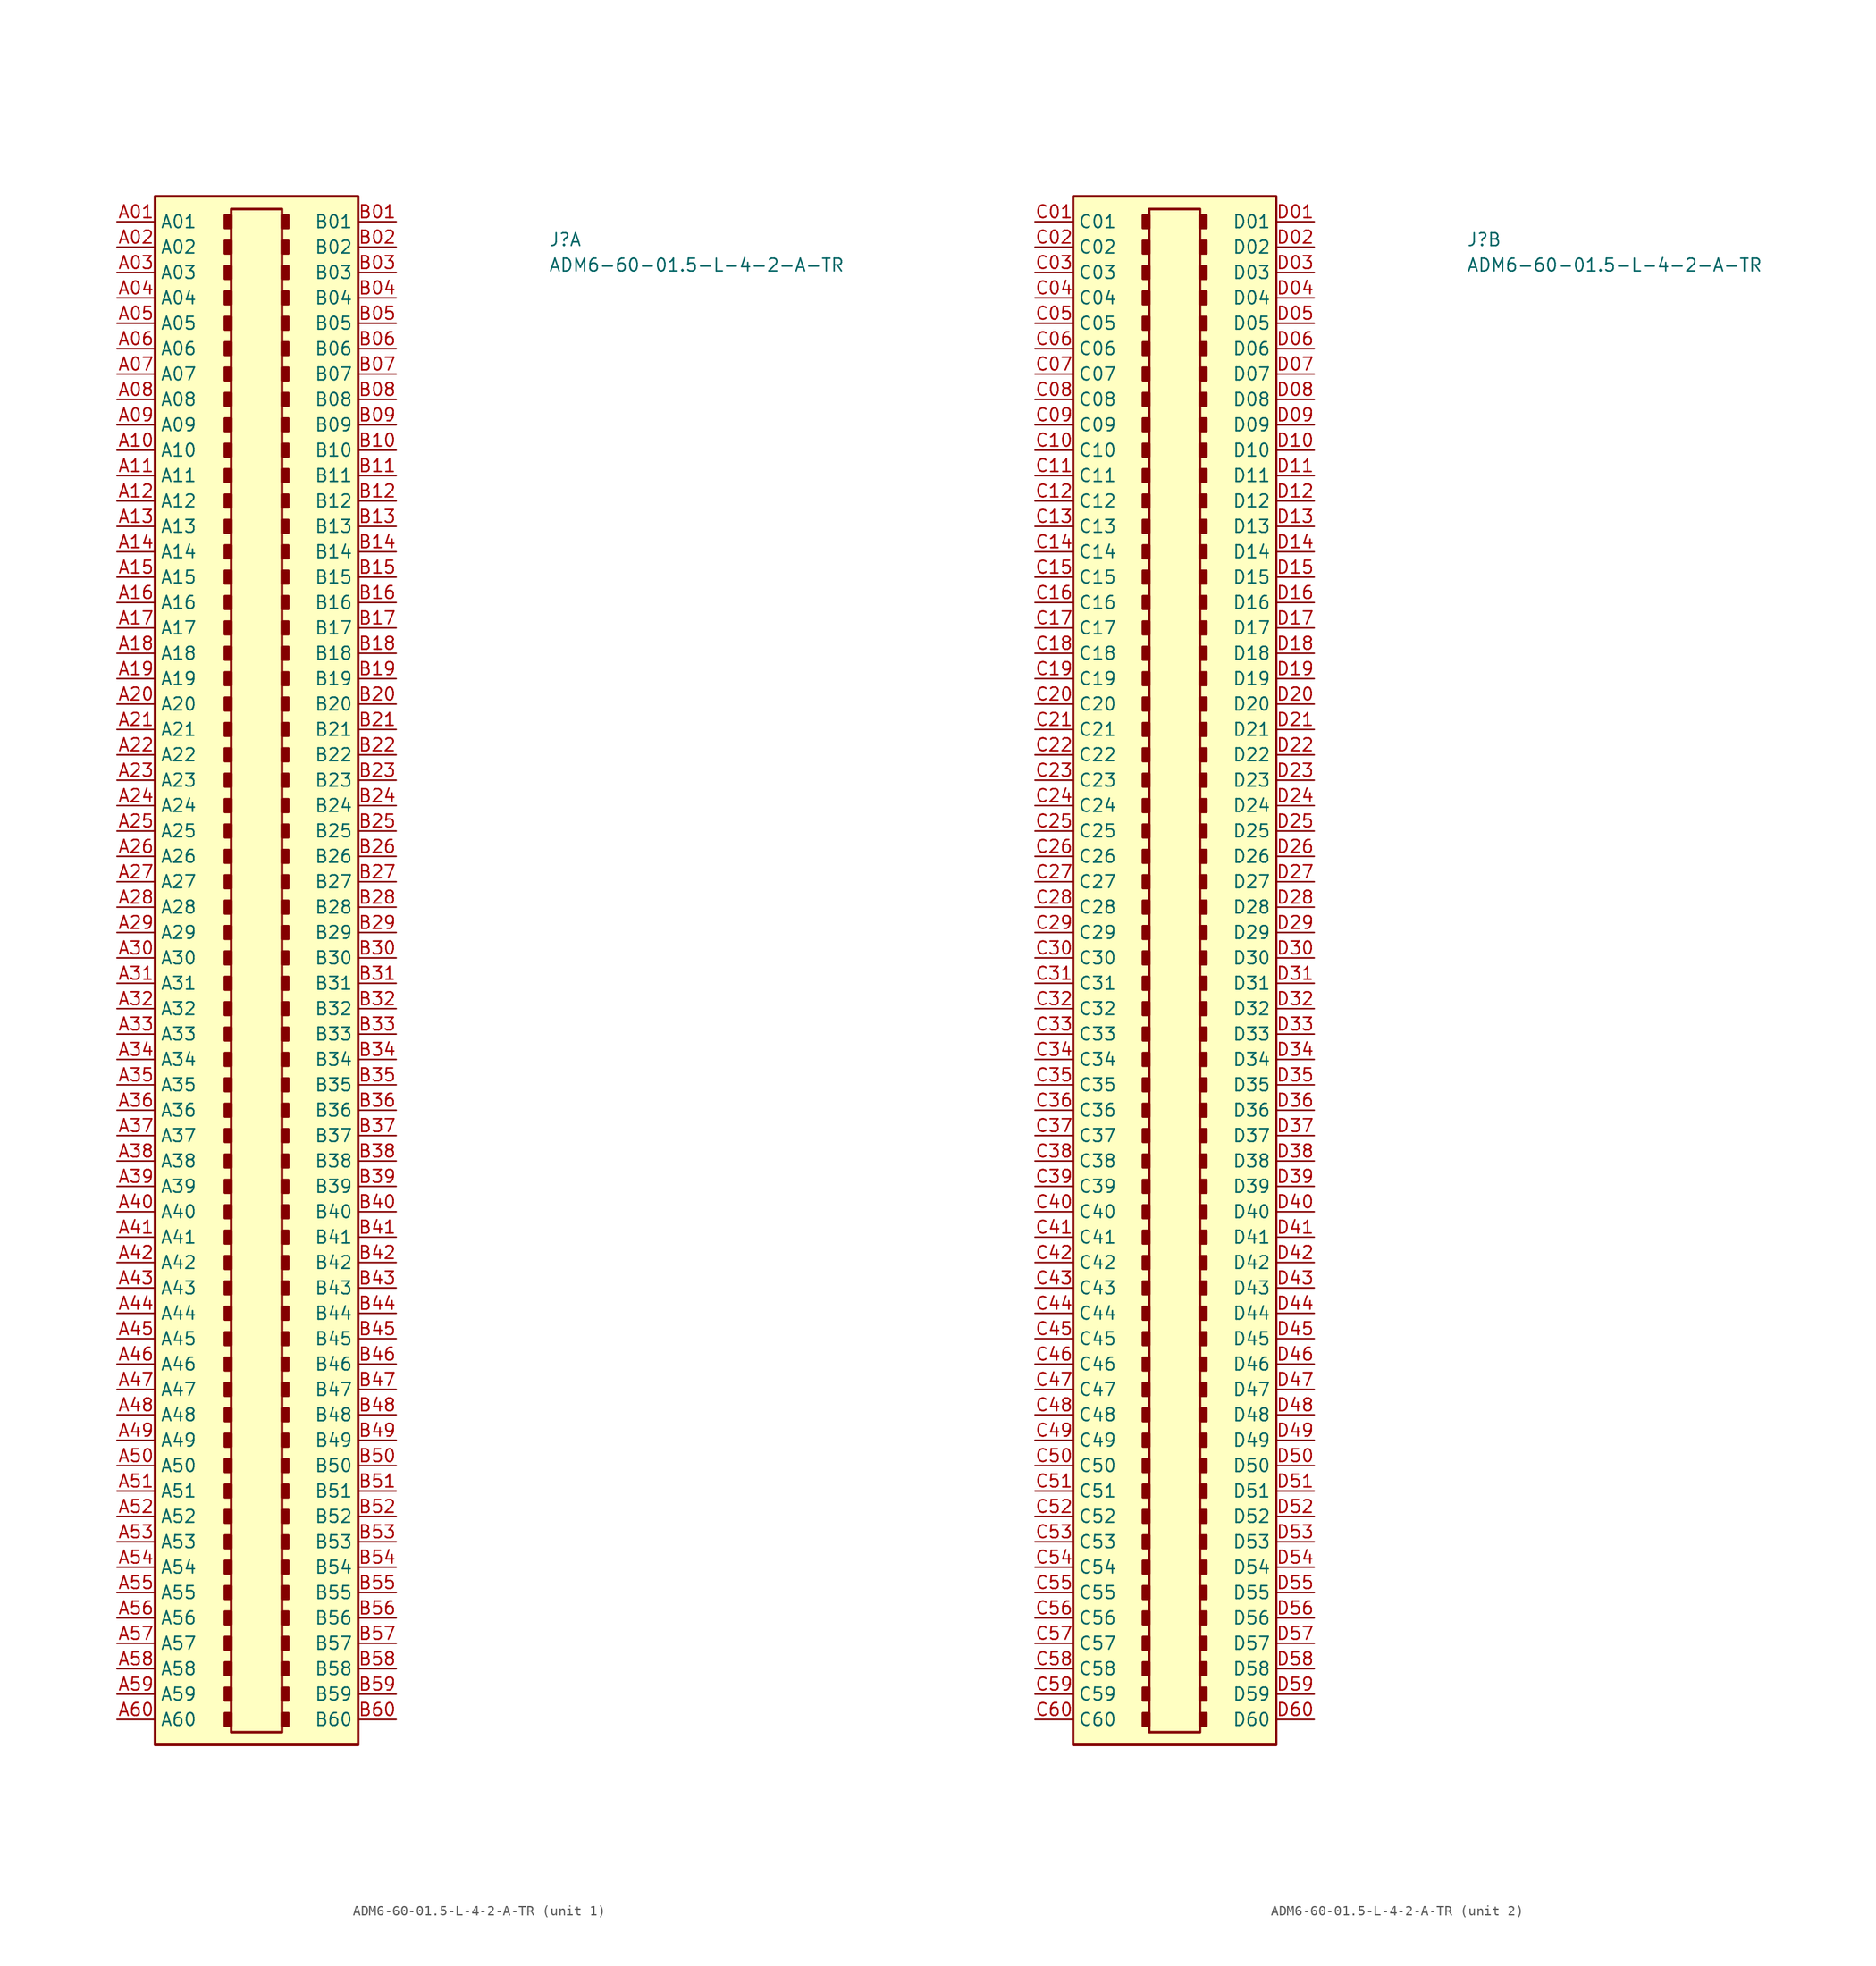
<source format=kicad_sym>
(kicad_symbol_lib
  (version 20211014)
  (generator kicad_symbol_editor)
  (symbol "ADM6-60-01.5-L-4-2-A-TR"
    (property "Reference" "J"
      (at 43.18 -2.54 0)
      (effects (font (size 1.27 1.27) (thickness 0.15)) (justify left bottom)))
    (property "Value" "ADM6-60-01.5-L-4-2-A-TR"
      (at 43.18 -5.08 0)
      (effects (font (size 1.27 1.27) (thickness 0.15)) (justify left bottom)))
    (property "ki_locked" ""
      (at 0 0 0)
      (effects (font (size 1.27 1.27))))
    (symbol "ADM6-60-01.5-L-4-2-A-TR_1_1"
      (rectangle (start 3.81 -152.4) (end 24.13 2.54) (stroke (width 0.254) (type default) (color 0 0 0 0)) (fill (type background)))
      (rectangle (start 11.43 -149.225) (end 10.795 -150.495) (stroke (width 0.254) (type default) (color 0 0 0 0)) (fill (type outline)))
      (rectangle (start 11.43 -146.685) (end 10.795 -147.955) (stroke (width 0.254) (type default) (color 0 0 0 0)) (fill (type outline)))
      (rectangle (start 11.43 -144.145) (end 10.795 -145.415) (stroke (width 0.254) (type default) (color 0 0 0 0)) (fill (type outline)))
      (rectangle (start 11.43 -141.605) (end 10.795 -142.875) (stroke (width 0.254) (type default) (color 0 0 0 0)) (fill (type outline)))
      (rectangle (start 11.43 -139.065) (end 10.795 -140.335) (stroke (width 0.254) (type default) (color 0 0 0 0)) (fill (type outline)))
      (rectangle (start 11.43 -136.525) (end 10.795 -137.795) (stroke (width 0.254) (type default) (color 0 0 0 0)) (fill (type outline)))
      (rectangle (start 11.43 -133.985) (end 10.795 -135.255) (stroke (width 0.254) (type default) (color 0 0 0 0)) (fill (type outline)))
      (rectangle (start 11.43 -131.445) (end 10.795 -132.715) (stroke (width 0.254) (type default) (color 0 0 0 0)) (fill (type outline)))
      (rectangle (start 11.43 -128.905) (end 10.795 -130.175) (stroke (width 0.254) (type default) (color 0 0 0 0)) (fill (type outline)))
      (rectangle (start 11.43 -126.365) (end 10.795 -127.635) (stroke (width 0.254) (type default) (color 0 0 0 0)) (fill (type outline)))
      (rectangle (start 11.43 -123.825) (end 10.795 -125.095) (stroke (width 0.254) (type default) (color 0 0 0 0)) (fill (type outline)))
      (rectangle (start 11.43 -121.285) (end 10.795 -122.555) (stroke (width 0.254) (type default) (color 0 0 0 0)) (fill (type outline)))
      (rectangle (start 11.43 -118.745) (end 10.795 -120.015) (stroke (width 0.254) (type default) (color 0 0 0 0)) (fill (type outline)))
      (rectangle (start 11.43 -116.205) (end 10.795 -117.475) (stroke (width 0.254) (type default) (color 0 0 0 0)) (fill (type outline)))
      (rectangle (start 11.43 -113.665) (end 10.795 -114.935) (stroke (width 0.254) (type default) (color 0 0 0 0)) (fill (type outline)))
      (rectangle (start 11.43 -111.125) (end 10.795 -112.395) (stroke (width 0.254) (type default) (color 0 0 0 0)) (fill (type outline)))
      (rectangle (start 11.43 -108.585) (end 10.795 -109.855) (stroke (width 0.254) (type default) (color 0 0 0 0)) (fill (type outline)))
      (rectangle (start 11.43 -106.045) (end 10.795 -107.315) (stroke (width 0.254) (type default) (color 0 0 0 0)) (fill (type outline)))
      (rectangle (start 11.43 -103.505) (end 10.795 -104.775) (stroke (width 0.254) (type default) (color 0 0 0 0)) (fill (type outline)))
      (rectangle (start 11.43 -100.965) (end 10.795 -102.235) (stroke (width 0.254) (type default) (color 0 0 0 0)) (fill (type outline)))
      (rectangle (start 11.43 -98.425) (end 10.795 -99.695) (stroke (width 0.254) (type default) (color 0 0 0 0)) (fill (type outline)))
      (rectangle (start 11.43 -95.885) (end 10.795 -97.155) (stroke (width 0.254) (type default) (color 0 0 0 0)) (fill (type outline)))
      (rectangle (start 11.43 -93.345) (end 10.795 -94.615) (stroke (width 0.254) (type default) (color 0 0 0 0)) (fill (type outline)))
      (rectangle (start 11.43 -90.805) (end 10.795 -92.075) (stroke (width 0.254) (type default) (color 0 0 0 0)) (fill (type outline)))
      (rectangle (start 11.43 -88.265) (end 10.795 -89.535) (stroke (width 0.254) (type default) (color 0 0 0 0)) (fill (type outline)))
      (rectangle (start 11.43 -85.725) (end 10.795 -86.995) (stroke (width 0.254) (type default) (color 0 0 0 0)) (fill (type outline)))
      (rectangle (start 11.43 -83.185) (end 10.795 -84.455) (stroke (width 0.254) (type default) (color 0 0 0 0)) (fill (type outline)))
      (rectangle (start 11.43 -80.645) (end 10.795 -81.915) (stroke (width 0.254) (type default) (color 0 0 0 0)) (fill (type outline)))
      (rectangle (start 11.43 -78.105) (end 10.795 -79.375) (stroke (width 0.254) (type default) (color 0 0 0 0)) (fill (type outline)))
      (rectangle (start 11.43 -75.565) (end 10.795 -76.835) (stroke (width 0.254) (type default) (color 0 0 0 0)) (fill (type outline)))
      (rectangle (start 11.43 -73.025) (end 10.795 -74.295) (stroke (width 0.254) (type default) (color 0 0 0 0)) (fill (type outline)))
      (rectangle (start 11.43 -70.485) (end 10.795 -71.755) (stroke (width 0.254) (type default) (color 0 0 0 0)) (fill (type outline)))
      (rectangle (start 11.43 -67.945) (end 10.795 -69.215) (stroke (width 0.254) (type default) (color 0 0 0 0)) (fill (type outline)))
      (rectangle (start 11.43 -65.405) (end 10.795 -66.675) (stroke (width 0.254) (type default) (color 0 0 0 0)) (fill (type outline)))
      (rectangle (start 11.43 -62.865) (end 10.795 -64.135) (stroke (width 0.254) (type default) (color 0 0 0 0)) (fill (type outline)))
      (rectangle (start 11.43 -60.325) (end 10.795 -61.595) (stroke (width 0.254) (type default) (color 0 0 0 0)) (fill (type outline)))
      (rectangle (start 11.43 -57.785) (end 10.795 -59.055) (stroke (width 0.254) (type default) (color 0 0 0 0)) (fill (type outline)))
      (rectangle (start 11.43 -55.245) (end 10.795 -56.515) (stroke (width 0.254) (type default) (color 0 0 0 0)) (fill (type outline)))
      (rectangle (start 11.43 -52.705) (end 10.795 -53.975) (stroke (width 0.254) (type default) (color 0 0 0 0)) (fill (type outline)))
      (rectangle (start 11.43 -50.165) (end 10.795 -51.435) (stroke (width 0.254) (type default) (color 0 0 0 0)) (fill (type outline)))
      (rectangle (start 11.43 -47.625) (end 10.795 -48.895) (stroke (width 0.254) (type default) (color 0 0 0 0)) (fill (type outline)))
      (rectangle (start 11.43 -45.085) (end 10.795 -46.355) (stroke (width 0.254) (type default) (color 0 0 0 0)) (fill (type outline)))
      (rectangle (start 11.43 -42.545) (end 10.795 -43.815) (stroke (width 0.254) (type default) (color 0 0 0 0)) (fill (type outline)))
      (rectangle (start 11.43 -40.005) (end 10.795 -41.275) (stroke (width 0.254) (type default) (color 0 0 0 0)) (fill (type outline)))
      (rectangle (start 11.43 -37.465) (end 10.795 -38.735) (stroke (width 0.254) (type default) (color 0 0 0 0)) (fill (type outline)))
      (rectangle (start 11.43 -34.925) (end 10.795 -36.195) (stroke (width 0.254) (type default) (color 0 0 0 0)) (fill (type outline)))
      (rectangle (start 11.43 -32.385) (end 10.795 -33.655) (stroke (width 0.254) (type default) (color 0 0 0 0)) (fill (type outline)))
      (rectangle (start 11.43 -29.845) (end 10.795 -31.115) (stroke (width 0.254) (type default) (color 0 0 0 0)) (fill (type outline)))
      (rectangle (start 11.43 -27.305) (end 10.795 -28.575) (stroke (width 0.254) (type default) (color 0 0 0 0)) (fill (type outline)))
      (rectangle (start 11.43 -24.765) (end 10.795 -26.035) (stroke (width 0.254) (type default) (color 0 0 0 0)) (fill (type outline)))
      (rectangle (start 11.43 -22.225) (end 10.795 -23.495) (stroke (width 0.254) (type default) (color 0 0 0 0)) (fill (type outline)))
      (rectangle (start 11.43 -19.685) (end 10.795 -20.955) (stroke (width 0.254) (type default) (color 0 0 0 0)) (fill (type outline)))
      (rectangle (start 11.43 -17.145) (end 10.795 -18.415) (stroke (width 0.254) (type default) (color 0 0 0 0)) (fill (type outline)))
      (rectangle (start 11.43 -14.605) (end 10.795 -15.875) (stroke (width 0.254) (type default) (color 0 0 0 0)) (fill (type outline)))
      (rectangle (start 11.43 -12.065) (end 10.795 -13.335) (stroke (width 0.254) (type default) (color 0 0 0 0)) (fill (type outline)))
      (rectangle (start 11.43 -9.525) (end 10.795 -10.795) (stroke (width 0.254) (type default) (color 0 0 0 0)) (fill (type outline)))
      (rectangle (start 11.43 -6.985) (end 10.795 -8.255) (stroke (width 0.254) (type default) (color 0 0 0 0)) (fill (type outline)))
      (rectangle (start 11.43 -4.445) (end 10.795 -5.715) (stroke (width 0.254) (type default) (color 0 0 0 0)) (fill (type outline)))
      (rectangle (start 11.43 -1.905) (end 10.795 -3.175) (stroke (width 0.254) (type default) (color 0 0 0 0)) (fill (type outline)))
      (rectangle (start 11.43 0.635) (end 10.795 -0.635) (stroke (width 0.254) (type default) (color 0 0 0 0)) (fill (type outline)))
      (rectangle (start 11.43 1.27) (end 16.51 -151.13) (stroke (width 0.254) (type default) (color 0 0 0 0)) (fill (type background)))
      (rectangle (start 17.145 -149.225) (end 16.51 -150.495) (stroke (width 0.254) (type default) (color 0 0 0 0)) (fill (type outline)))
      (rectangle (start 17.145 -146.685) (end 16.51 -147.955) (stroke (width 0.254) (type default) (color 0 0 0 0)) (fill (type outline)))
      (rectangle (start 17.145 -144.145) (end 16.51 -145.415) (stroke (width 0.254) (type default) (color 0 0 0 0)) (fill (type outline)))
      (rectangle (start 17.145 -141.605) (end 16.51 -142.875) (stroke (width 0.254) (type default) (color 0 0 0 0)) (fill (type outline)))
      (rectangle (start 17.145 -139.065) (end 16.51 -140.335) (stroke (width 0.254) (type default) (color 0 0 0 0)) (fill (type outline)))
      (rectangle (start 17.145 -136.525) (end 16.51 -137.795) (stroke (width 0.254) (type default) (color 0 0 0 0)) (fill (type outline)))
      (rectangle (start 17.145 -133.985) (end 16.51 -135.255) (stroke (width 0.254) (type default) (color 0 0 0 0)) (fill (type outline)))
      (rectangle (start 17.145 -131.445) (end 16.51 -132.715) (stroke (width 0.254) (type default) (color 0 0 0 0)) (fill (type outline)))
      (rectangle (start 17.145 -128.905) (end 16.51 -130.175) (stroke (width 0.254) (type default) (color 0 0 0 0)) (fill (type outline)))
      (rectangle (start 17.145 -126.365) (end 16.51 -127.635) (stroke (width 0.254) (type default) (color 0 0 0 0)) (fill (type outline)))
      (rectangle (start 17.145 -123.825) (end 16.51 -125.095) (stroke (width 0.254) (type default) (color 0 0 0 0)) (fill (type outline)))
      (rectangle (start 17.145 -121.285) (end 16.51 -122.555) (stroke (width 0.254) (type default) (color 0 0 0 0)) (fill (type outline)))
      (rectangle (start 17.145 -118.745) (end 16.51 -120.015) (stroke (width 0.254) (type default) (color 0 0 0 0)) (fill (type outline)))
      (rectangle (start 17.145 -116.205) (end 16.51 -117.475) (stroke (width 0.254) (type default) (color 0 0 0 0)) (fill (type outline)))
      (rectangle (start 17.145 -113.665) (end 16.51 -114.935) (stroke (width 0.254) (type default) (color 0 0 0 0)) (fill (type outline)))
      (rectangle (start 17.145 -111.125) (end 16.51 -112.395) (stroke (width 0.254) (type default) (color 0 0 0 0)) (fill (type outline)))
      (rectangle (start 17.145 -108.585) (end 16.51 -109.855) (stroke (width 0.254) (type default) (color 0 0 0 0)) (fill (type outline)))
      (rectangle (start 17.145 -106.045) (end 16.51 -107.315) (stroke (width 0.254) (type default) (color 0 0 0 0)) (fill (type outline)))
      (rectangle (start 17.145 -103.505) (end 16.51 -104.775) (stroke (width 0.254) (type default) (color 0 0 0 0)) (fill (type outline)))
      (rectangle (start 17.145 -100.965) (end 16.51 -102.235) (stroke (width 0.254) (type default) (color 0 0 0 0)) (fill (type outline)))
      (rectangle (start 17.145 -98.425) (end 16.51 -99.695) (stroke (width 0.254) (type default) (color 0 0 0 0)) (fill (type outline)))
      (rectangle (start 17.145 -95.885) (end 16.51 -97.155) (stroke (width 0.254) (type default) (color 0 0 0 0)) (fill (type outline)))
      (rectangle (start 17.145 -93.345) (end 16.51 -94.615) (stroke (width 0.254) (type default) (color 0 0 0 0)) (fill (type outline)))
      (rectangle (start 17.145 -90.805) (end 16.51 -92.075) (stroke (width 0.254) (type default) (color 0 0 0 0)) (fill (type outline)))
      (rectangle (start 17.145 -88.265) (end 16.51 -89.535) (stroke (width 0.254) (type default) (color 0 0 0 0)) (fill (type outline)))
      (rectangle (start 17.145 -85.725) (end 16.51 -86.995) (stroke (width 0.254) (type default) (color 0 0 0 0)) (fill (type outline)))
      (rectangle (start 17.145 -83.185) (end 16.51 -84.455) (stroke (width 0.254) (type default) (color 0 0 0 0)) (fill (type outline)))
      (rectangle (start 17.145 -80.645) (end 16.51 -81.915) (stroke (width 0.254) (type default) (color 0 0 0 0)) (fill (type outline)))
      (rectangle (start 17.145 -78.105) (end 16.51 -79.375) (stroke (width 0.254) (type default) (color 0 0 0 0)) (fill (type outline)))
      (rectangle (start 17.145 -75.565) (end 16.51 -76.835) (stroke (width 0.254) (type default) (color 0 0 0 0)) (fill (type outline)))
      (rectangle (start 17.145 -73.025) (end 16.51 -74.295) (stroke (width 0.254) (type default) (color 0 0 0 0)) (fill (type outline)))
      (rectangle (start 17.145 -70.485) (end 16.51 -71.755) (stroke (width 0.254) (type default) (color 0 0 0 0)) (fill (type outline)))
      (rectangle (start 17.145 -67.945) (end 16.51 -69.215) (stroke (width 0.254) (type default) (color 0 0 0 0)) (fill (type outline)))
      (rectangle (start 17.145 -65.405) (end 16.51 -66.675) (stroke (width 0.254) (type default) (color 0 0 0 0)) (fill (type outline)))
      (rectangle (start 17.145 -62.865) (end 16.51 -64.135) (stroke (width 0.254) (type default) (color 0 0 0 0)) (fill (type outline)))
      (rectangle (start 17.145 -60.325) (end 16.51 -61.595) (stroke (width 0.254) (type default) (color 0 0 0 0)) (fill (type outline)))
      (rectangle (start 17.145 -57.785) (end 16.51 -59.055) (stroke (width 0.254) (type default) (color 0 0 0 0)) (fill (type outline)))
      (rectangle (start 17.145 -55.245) (end 16.51 -56.515) (stroke (width 0.254) (type default) (color 0 0 0 0)) (fill (type outline)))
      (rectangle (start 17.145 -52.705) (end 16.51 -53.975) (stroke (width 0.254) (type default) (color 0 0 0 0)) (fill (type outline)))
      (rectangle (start 17.145 -50.165) (end 16.51 -51.435) (stroke (width 0.254) (type default) (color 0 0 0 0)) (fill (type outline)))
      (rectangle (start 17.145 -47.625) (end 16.51 -48.895) (stroke (width 0.254) (type default) (color 0 0 0 0)) (fill (type outline)))
      (rectangle (start 17.145 -45.085) (end 16.51 -46.355) (stroke (width 0.254) (type default) (color 0 0 0 0)) (fill (type outline)))
      (rectangle (start 17.145 -42.545) (end 16.51 -43.815) (stroke (width 0.254) (type default) (color 0 0 0 0)) (fill (type outline)))
      (rectangle (start 17.145 -40.005) (end 16.51 -41.275) (stroke (width 0.254) (type default) (color 0 0 0 0)) (fill (type outline)))
      (rectangle (start 17.145 -37.465) (end 16.51 -38.735) (stroke (width 0.254) (type default) (color 0 0 0 0)) (fill (type outline)))
      (rectangle (start 17.145 -34.925) (end 16.51 -36.195) (stroke (width 0.254) (type default) (color 0 0 0 0)) (fill (type outline)))
      (rectangle (start 17.145 -32.385) (end 16.51 -33.655) (stroke (width 0.254) (type default) (color 0 0 0 0)) (fill (type outline)))
      (rectangle (start 17.145 -29.845) (end 16.51 -31.115) (stroke (width 0.254) (type default) (color 0 0 0 0)) (fill (type outline)))
      (rectangle (start 17.145 -27.305) (end 16.51 -28.575) (stroke (width 0.254) (type default) (color 0 0 0 0)) (fill (type outline)))
      (rectangle (start 17.145 -24.765) (end 16.51 -26.035) (stroke (width 0.254) (type default) (color 0 0 0 0)) (fill (type outline)))
      (rectangle (start 17.145 -22.225) (end 16.51 -23.495) (stroke (width 0.254) (type default) (color 0 0 0 0)) (fill (type outline)))
      (rectangle (start 17.145 -19.685) (end 16.51 -20.955) (stroke (width 0.254) (type default) (color 0 0 0 0)) (fill (type outline)))
      (rectangle (start 17.145 -17.145) (end 16.51 -18.415) (stroke (width 0.254) (type default) (color 0 0 0 0)) (fill (type outline)))
      (rectangle (start 17.145 -14.605) (end 16.51 -15.875) (stroke (width 0.254) (type default) (color 0 0 0 0)) (fill (type outline)))
      (rectangle (start 17.145 -12.065) (end 16.51 -13.335) (stroke (width 0.254) (type default) (color 0 0 0 0)) (fill (type outline)))
      (rectangle (start 17.145 -9.525) (end 16.51 -10.795) (stroke (width 0.254) (type default) (color 0 0 0 0)) (fill (type outline)))
      (rectangle (start 17.145 -6.985) (end 16.51 -8.255) (stroke (width 0.254) (type default) (color 0 0 0 0)) (fill (type outline)))
      (rectangle (start 17.145 -4.445) (end 16.51 -5.715) (stroke (width 0.254) (type default) (color 0 0 0 0)) (fill (type outline)))
      (rectangle (start 17.145 -1.905) (end 16.51 -3.175) (stroke (width 0.254) (type default) (color 0 0 0 0)) (fill (type outline)))
      (rectangle (start 17.145 0.635) (end 16.51 -0.635) (stroke (width 0.254) (type default) (color 0 0 0 0)) (fill (type outline)))
      (pin passive line (at 0 0 0) (length 3.81) (name "A01" (effects (font (size 1.27 1.27)))) (number "A01" (effects (font (size 1.27 1.27)))))
      (pin passive line (at 0 -2.54 0) (length 3.81) (name "A02" (effects (font (size 1.27 1.27)))) (number "A02" (effects (font (size 1.27 1.27)))))
      (pin passive line (at 0 -5.08 0) (length 3.81) (name "A03" (effects (font (size 1.27 1.27)))) (number "A03" (effects (font (size 1.27 1.27)))))
      (pin passive line (at 0 -7.62 0) (length 3.81) (name "A04" (effects (font (size 1.27 1.27)))) (number "A04" (effects (font (size 1.27 1.27)))))
      (pin passive line (at 0 -10.16 0) (length 3.81) (name "A05" (effects (font (size 1.27 1.27)))) (number "A05" (effects (font (size 1.27 1.27)))))
      (pin passive line (at 0 -12.7 0) (length 3.81) (name "A06" (effects (font (size 1.27 1.27)))) (number "A06" (effects (font (size 1.27 1.27)))))
      (pin passive line (at 0 -15.24 0) (length 3.81) (name "A07" (effects (font (size 1.27 1.27)))) (number "A07" (effects (font (size 1.27 1.27)))))
      (pin passive line (at 0 -17.78 0) (length 3.81) (name "A08" (effects (font (size 1.27 1.27)))) (number "A08" (effects (font (size 1.27 1.27)))))
      (pin passive line (at 0 -20.32 0) (length 3.81) (name "A09" (effects (font (size 1.27 1.27)))) (number "A09" (effects (font (size 1.27 1.27)))))
      (pin passive line (at 0 -22.86 0) (length 3.81) (name "A10" (effects (font (size 1.27 1.27)))) (number "A10" (effects (font (size 1.27 1.27)))))
      (pin passive line (at 0 -25.4 0) (length 3.81) (name "A11" (effects (font (size 1.27 1.27)))) (number "A11" (effects (font (size 1.27 1.27)))))
      (pin passive line (at 0 -27.94 0) (length 3.81) (name "A12" (effects (font (size 1.27 1.27)))) (number "A12" (effects (font (size 1.27 1.27)))))
      (pin passive line (at 0 -30.48 0) (length 3.81) (name "A13" (effects (font (size 1.27 1.27)))) (number "A13" (effects (font (size 1.27 1.27)))))
      (pin passive line (at 0 -33.02 0) (length 3.81) (name "A14" (effects (font (size 1.27 1.27)))) (number "A14" (effects (font (size 1.27 1.27)))))
      (pin passive line (at 0 -35.56 0) (length 3.81) (name "A15" (effects (font (size 1.27 1.27)))) (number "A15" (effects (font (size 1.27 1.27)))))
      (pin passive line (at 0 -38.1 0) (length 3.81) (name "A16" (effects (font (size 1.27 1.27)))) (number "A16" (effects (font (size 1.27 1.27)))))
      (pin passive line (at 0 -40.64 0) (length 3.81) (name "A17" (effects (font (size 1.27 1.27)))) (number "A17" (effects (font (size 1.27 1.27)))))
      (pin passive line (at 0 -43.18 0) (length 3.81) (name "A18" (effects (font (size 1.27 1.27)))) (number "A18" (effects (font (size 1.27 1.27)))))
      (pin passive line (at 0 -45.72 0) (length 3.81) (name "A19" (effects (font (size 1.27 1.27)))) (number "A19" (effects (font (size 1.27 1.27)))))
      (pin passive line (at 0 -48.26 0) (length 3.81) (name "A20" (effects (font (size 1.27 1.27)))) (number "A20" (effects (font (size 1.27 1.27)))))
      (pin passive line (at 0 -50.8 0) (length 3.81) (name "A21" (effects (font (size 1.27 1.27)))) (number "A21" (effects (font (size 1.27 1.27)))))
      (pin passive line (at 0 -53.34 0) (length 3.81) (name "A22" (effects (font (size 1.27 1.27)))) (number "A22" (effects (font (size 1.27 1.27)))))
      (pin passive line (at 0 -55.88 0) (length 3.81) (name "A23" (effects (font (size 1.27 1.27)))) (number "A23" (effects (font (size 1.27 1.27)))))
      (pin passive line (at 0 -58.42 0) (length 3.81) (name "A24" (effects (font (size 1.27 1.27)))) (number "A24" (effects (font (size 1.27 1.27)))))
      (pin passive line (at 0 -60.96 0) (length 3.81) (name "A25" (effects (font (size 1.27 1.27)))) (number "A25" (effects (font (size 1.27 1.27)))))
      (pin passive line (at 0 -63.5 0) (length 3.81) (name "A26" (effects (font (size 1.27 1.27)))) (number "A26" (effects (font (size 1.27 1.27)))))
      (pin passive line (at 0 -66.04 0) (length 3.81) (name "A27" (effects (font (size 1.27 1.27)))) (number "A27" (effects (font (size 1.27 1.27)))))
      (pin passive line (at 0 -68.58 0) (length 3.81) (name "A28" (effects (font (size 1.27 1.27)))) (number "A28" (effects (font (size 1.27 1.27)))))
      (pin passive line (at 0 -71.12 0) (length 3.81) (name "A29" (effects (font (size 1.27 1.27)))) (number "A29" (effects (font (size 1.27 1.27)))))
      (pin passive line (at 0 -73.66 0) (length 3.81) (name "A30" (effects (font (size 1.27 1.27)))) (number "A30" (effects (font (size 1.27 1.27)))))
      (pin passive line (at 0 -76.2 0) (length 3.81) (name "A31" (effects (font (size 1.27 1.27)))) (number "A31" (effects (font (size 1.27 1.27)))))
      (pin passive line (at 0 -78.74 0) (length 3.81) (name "A32" (effects (font (size 1.27 1.27)))) (number "A32" (effects (font (size 1.27 1.27)))))
      (pin passive line (at 0 -81.28 0) (length 3.81) (name "A33" (effects (font (size 1.27 1.27)))) (number "A33" (effects (font (size 1.27 1.27)))))
      (pin passive line (at 0 -83.82 0) (length 3.81) (name "A34" (effects (font (size 1.27 1.27)))) (number "A34" (effects (font (size 1.27 1.27)))))
      (pin passive line (at 0 -86.36 0) (length 3.81) (name "A35" (effects (font (size 1.27 1.27)))) (number "A35" (effects (font (size 1.27 1.27)))))
      (pin passive line (at 0 -88.9 0) (length 3.81) (name "A36" (effects (font (size 1.27 1.27)))) (number "A36" (effects (font (size 1.27 1.27)))))
      (pin passive line (at 0 -91.44 0) (length 3.81) (name "A37" (effects (font (size 1.27 1.27)))) (number "A37" (effects (font (size 1.27 1.27)))))
      (pin passive line (at 0 -93.98 0) (length 3.81) (name "A38" (effects (font (size 1.27 1.27)))) (number "A38" (effects (font (size 1.27 1.27)))))
      (pin passive line (at 0 -96.52 0) (length 3.81) (name "A39" (effects (font (size 1.27 1.27)))) (number "A39" (effects (font (size 1.27 1.27)))))
      (pin passive line (at 0 -99.06 0) (length 3.81) (name "A40" (effects (font (size 1.27 1.27)))) (number "A40" (effects (font (size 1.27 1.27)))))
      (pin passive line (at 0 -101.6 0) (length 3.81) (name "A41" (effects (font (size 1.27 1.27)))) (number "A41" (effects (font (size 1.27 1.27)))))
      (pin passive line (at 0 -104.14 0) (length 3.81) (name "A42" (effects (font (size 1.27 1.27)))) (number "A42" (effects (font (size 1.27 1.27)))))
      (pin passive line (at 0 -106.68 0) (length 3.81) (name "A43" (effects (font (size 1.27 1.27)))) (number "A43" (effects (font (size 1.27 1.27)))))
      (pin passive line (at 0 -109.22 0) (length 3.81) (name "A44" (effects (font (size 1.27 1.27)))) (number "A44" (effects (font (size 1.27 1.27)))))
      (pin passive line (at 0 -111.76 0) (length 3.81) (name "A45" (effects (font (size 1.27 1.27)))) (number "A45" (effects (font (size 1.27 1.27)))))
      (pin passive line (at 0 -114.3 0) (length 3.81) (name "A46" (effects (font (size 1.27 1.27)))) (number "A46" (effects (font (size 1.27 1.27)))))
      (pin passive line (at 0 -116.84 0) (length 3.81) (name "A47" (effects (font (size 1.27 1.27)))) (number "A47" (effects (font (size 1.27 1.27)))))
      (pin passive line (at 0 -119.38 0) (length 3.81) (name "A48" (effects (font (size 1.27 1.27)))) (number "A48" (effects (font (size 1.27 1.27)))))
      (pin passive line (at 0 -121.92 0) (length 3.81) (name "A49" (effects (font (size 1.27 1.27)))) (number "A49" (effects (font (size 1.27 1.27)))))
      (pin passive line (at 0 -124.46 0) (length 3.81) (name "A50" (effects (font (size 1.27 1.27)))) (number "A50" (effects (font (size 1.27 1.27)))))
      (pin passive line (at 0 -127 0) (length 3.81) (name "A51" (effects (font (size 1.27 1.27)))) (number "A51" (effects (font (size 1.27 1.27)))))
      (pin passive line (at 0 -129.54 0) (length 3.81) (name "A52" (effects (font (size 1.27 1.27)))) (number "A52" (effects (font (size 1.27 1.27)))))
      (pin passive line (at 0 -132.08 0) (length 3.81) (name "A53" (effects (font (size 1.27 1.27)))) (number "A53" (effects (font (size 1.27 1.27)))))
      (pin passive line (at 0 -134.62 0) (length 3.81) (name "A54" (effects (font (size 1.27 1.27)))) (number "A54" (effects (font (size 1.27 1.27)))))
      (pin passive line (at 0 -137.16 0) (length 3.81) (name "A55" (effects (font (size 1.27 1.27)))) (number "A55" (effects (font (size 1.27 1.27)))))
      (pin passive line (at 0 -139.7 0) (length 3.81) (name "A56" (effects (font (size 1.27 1.27)))) (number "A56" (effects (font (size 1.27 1.27)))))
      (pin passive line (at 0 -142.24 0) (length 3.81) (name "A57" (effects (font (size 1.27 1.27)))) (number "A57" (effects (font (size 1.27 1.27)))))
      (pin passive line (at 0 -144.78 0) (length 3.81) (name "A58" (effects (font (size 1.27 1.27)))) (number "A58" (effects (font (size 1.27 1.27)))))
      (pin passive line (at 0 -147.32 0) (length 3.81) (name "A59" (effects (font (size 1.27 1.27)))) (number "A59" (effects (font (size 1.27 1.27)))))
      (pin passive line (at 0 -149.86 0) (length 3.81) (name "A60" (effects (font (size 1.27 1.27)))) (number "A60" (effects (font (size 1.27 1.27)))))
      (pin passive line (at 27.94 0 180) (length 3.81) (name "B01" (effects (font (size 1.27 1.27)))) (number "B01" (effects (font (size 1.27 1.27)))))
      (pin passive line (at 27.94 -2.54 180) (length 3.81) (name "B02" (effects (font (size 1.27 1.27)))) (number "B02" (effects (font (size 1.27 1.27)))))
      (pin passive line (at 27.94 -5.08 180) (length 3.81) (name "B03" (effects (font (size 1.27 1.27)))) (number "B03" (effects (font (size 1.27 1.27)))))
      (pin passive line (at 27.94 -7.62 180) (length 3.81) (name "B04" (effects (font (size 1.27 1.27)))) (number "B04" (effects (font (size 1.27 1.27)))))
      (pin passive line (at 27.94 -10.16 180) (length 3.81) (name "B05" (effects (font (size 1.27 1.27)))) (number "B05" (effects (font (size 1.27 1.27)))))
      (pin passive line (at 27.94 -12.7 180) (length 3.81) (name "B06" (effects (font (size 1.27 1.27)))) (number "B06" (effects (font (size 1.27 1.27)))))
      (pin passive line (at 27.94 -15.24 180) (length 3.81) (name "B07" (effects (font (size 1.27 1.27)))) (number "B07" (effects (font (size 1.27 1.27)))))
      (pin passive line (at 27.94 -17.78 180) (length 3.81) (name "B08" (effects (font (size 1.27 1.27)))) (number "B08" (effects (font (size 1.27 1.27)))))
      (pin passive line (at 27.94 -20.32 180) (length 3.81) (name "B09" (effects (font (size 1.27 1.27)))) (number "B09" (effects (font (size 1.27 1.27)))))
      (pin passive line (at 27.94 -22.86 180) (length 3.81) (name "B10" (effects (font (size 1.27 1.27)))) (number "B10" (effects (font (size 1.27 1.27)))))
      (pin passive line (at 27.94 -25.4 180) (length 3.81) (name "B11" (effects (font (size 1.27 1.27)))) (number "B11" (effects (font (size 1.27 1.27)))))
      (pin passive line (at 27.94 -27.94 180) (length 3.81) (name "B12" (effects (font (size 1.27 1.27)))) (number "B12" (effects (font (size 1.27 1.27)))))
      (pin passive line (at 27.94 -30.48 180) (length 3.81) (name "B13" (effects (font (size 1.27 1.27)))) (number "B13" (effects (font (size 1.27 1.27)))))
      (pin passive line (at 27.94 -33.02 180) (length 3.81) (name "B14" (effects (font (size 1.27 1.27)))) (number "B14" (effects (font (size 1.27 1.27)))))
      (pin passive line (at 27.94 -35.56 180) (length 3.81) (name "B15" (effects (font (size 1.27 1.27)))) (number "B15" (effects (font (size 1.27 1.27)))))
      (pin passive line (at 27.94 -38.1 180) (length 3.81) (name "B16" (effects (font (size 1.27 1.27)))) (number "B16" (effects (font (size 1.27 1.27)))))
      (pin passive line (at 27.94 -40.64 180) (length 3.81) (name "B17" (effects (font (size 1.27 1.27)))) (number "B17" (effects (font (size 1.27 1.27)))))
      (pin passive line (at 27.94 -43.18 180) (length 3.81) (name "B18" (effects (font (size 1.27 1.27)))) (number "B18" (effects (font (size 1.27 1.27)))))
      (pin passive line (at 27.94 -45.72 180) (length 3.81) (name "B19" (effects (font (size 1.27 1.27)))) (number "B19" (effects (font (size 1.27 1.27)))))
      (pin passive line (at 27.94 -48.26 180) (length 3.81) (name "B20" (effects (font (size 1.27 1.27)))) (number "B20" (effects (font (size 1.27 1.27)))))
      (pin passive line (at 27.94 -50.8 180) (length 3.81) (name "B21" (effects (font (size 1.27 1.27)))) (number "B21" (effects (font (size 1.27 1.27)))))
      (pin passive line (at 27.94 -53.34 180) (length 3.81) (name "B22" (effects (font (size 1.27 1.27)))) (number "B22" (effects (font (size 1.27 1.27)))))
      (pin passive line (at 27.94 -55.88 180) (length 3.81) (name "B23" (effects (font (size 1.27 1.27)))) (number "B23" (effects (font (size 1.27 1.27)))))
      (pin passive line (at 27.94 -58.42 180) (length 3.81) (name "B24" (effects (font (size 1.27 1.27)))) (number "B24" (effects (font (size 1.27 1.27)))))
      (pin passive line (at 27.94 -60.96 180) (length 3.81) (name "B25" (effects (font (size 1.27 1.27)))) (number "B25" (effects (font (size 1.27 1.27)))))
      (pin passive line (at 27.94 -63.5 180) (length 3.81) (name "B26" (effects (font (size 1.27 1.27)))) (number "B26" (effects (font (size 1.27 1.27)))))
      (pin passive line (at 27.94 -66.04 180) (length 3.81) (name "B27" (effects (font (size 1.27 1.27)))) (number "B27" (effects (font (size 1.27 1.27)))))
      (pin passive line (at 27.94 -68.58 180) (length 3.81) (name "B28" (effects (font (size 1.27 1.27)))) (number "B28" (effects (font (size 1.27 1.27)))))
      (pin passive line (at 27.94 -71.12 180) (length 3.81) (name "B29" (effects (font (size 1.27 1.27)))) (number "B29" (effects (font (size 1.27 1.27)))))
      (pin passive line (at 27.94 -73.66 180) (length 3.81) (name "B30" (effects (font (size 1.27 1.27)))) (number "B30" (effects (font (size 1.27 1.27)))))
      (pin passive line (at 27.94 -76.2 180) (length 3.81) (name "B31" (effects (font (size 1.27 1.27)))) (number "B31" (effects (font (size 1.27 1.27)))))
      (pin passive line (at 27.94 -78.74 180) (length 3.81) (name "B32" (effects (font (size 1.27 1.27)))) (number "B32" (effects (font (size 1.27 1.27)))))
      (pin passive line (at 27.94 -81.28 180) (length 3.81) (name "B33" (effects (font (size 1.27 1.27)))) (number "B33" (effects (font (size 1.27 1.27)))))
      (pin passive line (at 27.94 -83.82 180) (length 3.81) (name "B34" (effects (font (size 1.27 1.27)))) (number "B34" (effects (font (size 1.27 1.27)))))
      (pin passive line (at 27.94 -86.36 180) (length 3.81) (name "B35" (effects (font (size 1.27 1.27)))) (number "B35" (effects (font (size 1.27 1.27)))))
      (pin passive line (at 27.94 -88.9 180) (length 3.81) (name "B36" (effects (font (size 1.27 1.27)))) (number "B36" (effects (font (size 1.27 1.27)))))
      (pin passive line (at 27.94 -91.44 180) (length 3.81) (name "B37" (effects (font (size 1.27 1.27)))) (number "B37" (effects (font (size 1.27 1.27)))))
      (pin passive line (at 27.94 -93.98 180) (length 3.81) (name "B38" (effects (font (size 1.27 1.27)))) (number "B38" (effects (font (size 1.27 1.27)))))
      (pin passive line (at 27.94 -96.52 180) (length 3.81) (name "B39" (effects (font (size 1.27 1.27)))) (number "B39" (effects (font (size 1.27 1.27)))))
      (pin passive line (at 27.94 -99.06 180) (length 3.81) (name "B40" (effects (font (size 1.27 1.27)))) (number "B40" (effects (font (size 1.27 1.27)))))
      (pin passive line (at 27.94 -101.6 180) (length 3.81) (name "B41" (effects (font (size 1.27 1.27)))) (number "B41" (effects (font (size 1.27 1.27)))))
      (pin passive line (at 27.94 -104.14 180) (length 3.81) (name "B42" (effects (font (size 1.27 1.27)))) (number "B42" (effects (font (size 1.27 1.27)))))
      (pin passive line (at 27.94 -106.68 180) (length 3.81) (name "B43" (effects (font (size 1.27 1.27)))) (number "B43" (effects (font (size 1.27 1.27)))))
      (pin passive line (at 27.94 -109.22 180) (length 3.81) (name "B44" (effects (font (size 1.27 1.27)))) (number "B44" (effects (font (size 1.27 1.27)))))
      (pin passive line (at 27.94 -111.76 180) (length 3.81) (name "B45" (effects (font (size 1.27 1.27)))) (number "B45" (effects (font (size 1.27 1.27)))))
      (pin passive line (at 27.94 -114.3 180) (length 3.81) (name "B46" (effects (font (size 1.27 1.27)))) (number "B46" (effects (font (size 1.27 1.27)))))
      (pin passive line (at 27.94 -116.84 180) (length 3.81) (name "B47" (effects (font (size 1.27 1.27)))) (number "B47" (effects (font (size 1.27 1.27)))))
      (pin passive line (at 27.94 -119.38 180) (length 3.81) (name "B48" (effects (font (size 1.27 1.27)))) (number "B48" (effects (font (size 1.27 1.27)))))
      (pin passive line (at 27.94 -121.92 180) (length 3.81) (name "B49" (effects (font (size 1.27 1.27)))) (number "B49" (effects (font (size 1.27 1.27)))))
      (pin passive line (at 27.94 -124.46 180) (length 3.81) (name "B50" (effects (font (size 1.27 1.27)))) (number "B50" (effects (font (size 1.27 1.27)))))
      (pin passive line (at 27.94 -127 180) (length 3.81) (name "B51" (effects (font (size 1.27 1.27)))) (number "B51" (effects (font (size 1.27 1.27)))))
      (pin passive line (at 27.94 -129.54 180) (length 3.81) (name "B52" (effects (font (size 1.27 1.27)))) (number "B52" (effects (font (size 1.27 1.27)))))
      (pin passive line (at 27.94 -132.08 180) (length 3.81) (name "B53" (effects (font (size 1.27 1.27)))) (number "B53" (effects (font (size 1.27 1.27)))))
      (pin passive line (at 27.94 -134.62 180) (length 3.81) (name "B54" (effects (font (size 1.27 1.27)))) (number "B54" (effects (font (size 1.27 1.27)))))
      (pin passive line (at 27.94 -137.16 180) (length 3.81) (name "B55" (effects (font (size 1.27 1.27)))) (number "B55" (effects (font (size 1.27 1.27)))))
      (pin passive line (at 27.94 -139.7 180) (length 3.81) (name "B56" (effects (font (size 1.27 1.27)))) (number "B56" (effects (font (size 1.27 1.27)))))
      (pin passive line (at 27.94 -142.24 180) (length 3.81) (name "B57" (effects (font (size 1.27 1.27)))) (number "B57" (effects (font (size 1.27 1.27)))))
      (pin passive line (at 27.94 -144.78 180) (length 3.81) (name "B58" (effects (font (size 1.27 1.27)))) (number "B58" (effects (font (size 1.27 1.27)))))
      (pin passive line (at 27.94 -147.32 180) (length 3.81) (name "B59" (effects (font (size 1.27 1.27)))) (number "B59" (effects (font (size 1.27 1.27)))))
      (pin passive line (at 27.94 -149.86 180) (length 3.81) (name "B60" (effects (font (size 1.27 1.27)))) (number "B60" (effects (font (size 1.27 1.27))))))
    (symbol "ADM6-60-01.5-L-4-2-A-TR_2_1"
      (rectangle (start 3.81 -152.4) (end 24.13 2.54) (stroke (width 0.254) (type default) (color 0 0 0 0)) (fill (type background)))
      (rectangle (start 11.43 -149.225) (end 10.795 -150.495) (stroke (width 0.254) (type default) (color 0 0 0 0)) (fill (type outline)))
      (rectangle (start 11.43 -146.685) (end 10.795 -147.955) (stroke (width 0.254) (type default) (color 0 0 0 0)) (fill (type outline)))
      (rectangle (start 11.43 -144.145) (end 10.795 -145.415) (stroke (width 0.254) (type default) (color 0 0 0 0)) (fill (type outline)))
      (rectangle (start 11.43 -141.605) (end 10.795 -142.875) (stroke (width 0.254) (type default) (color 0 0 0 0)) (fill (type outline)))
      (rectangle (start 11.43 -139.065) (end 10.795 -140.335) (stroke (width 0.254) (type default) (color 0 0 0 0)) (fill (type outline)))
      (rectangle (start 11.43 -136.525) (end 10.795 -137.795) (stroke (width 0.254) (type default) (color 0 0 0 0)) (fill (type outline)))
      (rectangle (start 11.43 -133.985) (end 10.795 -135.255) (stroke (width 0.254) (type default) (color 0 0 0 0)) (fill (type outline)))
      (rectangle (start 11.43 -131.445) (end 10.795 -132.715) (stroke (width 0.254) (type default) (color 0 0 0 0)) (fill (type outline)))
      (rectangle (start 11.43 -128.905) (end 10.795 -130.175) (stroke (width 0.254) (type default) (color 0 0 0 0)) (fill (type outline)))
      (rectangle (start 11.43 -126.365) (end 10.795 -127.635) (stroke (width 0.254) (type default) (color 0 0 0 0)) (fill (type outline)))
      (rectangle (start 11.43 -123.825) (end 10.795 -125.095) (stroke (width 0.254) (type default) (color 0 0 0 0)) (fill (type outline)))
      (rectangle (start 11.43 -121.285) (end 10.795 -122.555) (stroke (width 0.254) (type default) (color 0 0 0 0)) (fill (type outline)))
      (rectangle (start 11.43 -118.745) (end 10.795 -120.015) (stroke (width 0.254) (type default) (color 0 0 0 0)) (fill (type outline)))
      (rectangle (start 11.43 -116.205) (end 10.795 -117.475) (stroke (width 0.254) (type default) (color 0 0 0 0)) (fill (type outline)))
      (rectangle (start 11.43 -113.665) (end 10.795 -114.935) (stroke (width 0.254) (type default) (color 0 0 0 0)) (fill (type outline)))
      (rectangle (start 11.43 -111.125) (end 10.795 -112.395) (stroke (width 0.254) (type default) (color 0 0 0 0)) (fill (type outline)))
      (rectangle (start 11.43 -108.585) (end 10.795 -109.855) (stroke (width 0.254) (type default) (color 0 0 0 0)) (fill (type outline)))
      (rectangle (start 11.43 -106.045) (end 10.795 -107.315) (stroke (width 0.254) (type default) (color 0 0 0 0)) (fill (type outline)))
      (rectangle (start 11.43 -103.505) (end 10.795 -104.775) (stroke (width 0.254) (type default) (color 0 0 0 0)) (fill (type outline)))
      (rectangle (start 11.43 -100.965) (end 10.795 -102.235) (stroke (width 0.254) (type default) (color 0 0 0 0)) (fill (type outline)))
      (rectangle (start 11.43 -98.425) (end 10.795 -99.695) (stroke (width 0.254) (type default) (color 0 0 0 0)) (fill (type outline)))
      (rectangle (start 11.43 -95.885) (end 10.795 -97.155) (stroke (width 0.254) (type default) (color 0 0 0 0)) (fill (type outline)))
      (rectangle (start 11.43 -93.345) (end 10.795 -94.615) (stroke (width 0.254) (type default) (color 0 0 0 0)) (fill (type outline)))
      (rectangle (start 11.43 -90.805) (end 10.795 -92.075) (stroke (width 0.254) (type default) (color 0 0 0 0)) (fill (type outline)))
      (rectangle (start 11.43 -88.265) (end 10.795 -89.535) (stroke (width 0.254) (type default) (color 0 0 0 0)) (fill (type outline)))
      (rectangle (start 11.43 -85.725) (end 10.795 -86.995) (stroke (width 0.254) (type default) (color 0 0 0 0)) (fill (type outline)))
      (rectangle (start 11.43 -83.185) (end 10.795 -84.455) (stroke (width 0.254) (type default) (color 0 0 0 0)) (fill (type outline)))
      (rectangle (start 11.43 -80.645) (end 10.795 -81.915) (stroke (width 0.254) (type default) (color 0 0 0 0)) (fill (type outline)))
      (rectangle (start 11.43 -78.105) (end 10.795 -79.375) (stroke (width 0.254) (type default) (color 0 0 0 0)) (fill (type outline)))
      (rectangle (start 11.43 -75.565) (end 10.795 -76.835) (stroke (width 0.254) (type default) (color 0 0 0 0)) (fill (type outline)))
      (rectangle (start 11.43 -73.025) (end 10.795 -74.295) (stroke (width 0.254) (type default) (color 0 0 0 0)) (fill (type outline)))
      (rectangle (start 11.43 -70.485) (end 10.795 -71.755) (stroke (width 0.254) (type default) (color 0 0 0 0)) (fill (type outline)))
      (rectangle (start 11.43 -67.945) (end 10.795 -69.215) (stroke (width 0.254) (type default) (color 0 0 0 0)) (fill (type outline)))
      (rectangle (start 11.43 -65.405) (end 10.795 -66.675) (stroke (width 0.254) (type default) (color 0 0 0 0)) (fill (type outline)))
      (rectangle (start 11.43 -62.865) (end 10.795 -64.135) (stroke (width 0.254) (type default) (color 0 0 0 0)) (fill (type outline)))
      (rectangle (start 11.43 -60.325) (end 10.795 -61.595) (stroke (width 0.254) (type default) (color 0 0 0 0)) (fill (type outline)))
      (rectangle (start 11.43 -57.785) (end 10.795 -59.055) (stroke (width 0.254) (type default) (color 0 0 0 0)) (fill (type outline)))
      (rectangle (start 11.43 -55.245) (end 10.795 -56.515) (stroke (width 0.254) (type default) (color 0 0 0 0)) (fill (type outline)))
      (rectangle (start 11.43 -52.705) (end 10.795 -53.975) (stroke (width 0.254) (type default) (color 0 0 0 0)) (fill (type outline)))
      (rectangle (start 11.43 -50.165) (end 10.795 -51.435) (stroke (width 0.254) (type default) (color 0 0 0 0)) (fill (type outline)))
      (rectangle (start 11.43 -47.625) (end 10.795 -48.895) (stroke (width 0.254) (type default) (color 0 0 0 0)) (fill (type outline)))
      (rectangle (start 11.43 -45.085) (end 10.795 -46.355) (stroke (width 0.254) (type default) (color 0 0 0 0)) (fill (type outline)))
      (rectangle (start 11.43 -42.545) (end 10.795 -43.815) (stroke (width 0.254) (type default) (color 0 0 0 0)) (fill (type outline)))
      (rectangle (start 11.43 -40.005) (end 10.795 -41.275) (stroke (width 0.254) (type default) (color 0 0 0 0)) (fill (type outline)))
      (rectangle (start 11.43 -37.465) (end 10.795 -38.735) (stroke (width 0.254) (type default) (color 0 0 0 0)) (fill (type outline)))
      (rectangle (start 11.43 -34.925) (end 10.795 -36.195) (stroke (width 0.254) (type default) (color 0 0 0 0)) (fill (type outline)))
      (rectangle (start 11.43 -32.385) (end 10.795 -33.655) (stroke (width 0.254) (type default) (color 0 0 0 0)) (fill (type outline)))
      (rectangle (start 11.43 -29.845) (end 10.795 -31.115) (stroke (width 0.254) (type default) (color 0 0 0 0)) (fill (type outline)))
      (rectangle (start 11.43 -27.305) (end 10.795 -28.575) (stroke (width 0.254) (type default) (color 0 0 0 0)) (fill (type outline)))
      (rectangle (start 11.43 -24.765) (end 10.795 -26.035) (stroke (width 0.254) (type default) (color 0 0 0 0)) (fill (type outline)))
      (rectangle (start 11.43 -22.225) (end 10.795 -23.495) (stroke (width 0.254) (type default) (color 0 0 0 0)) (fill (type outline)))
      (rectangle (start 11.43 -19.685) (end 10.795 -20.955) (stroke (width 0.254) (type default) (color 0 0 0 0)) (fill (type outline)))
      (rectangle (start 11.43 -17.145) (end 10.795 -18.415) (stroke (width 0.254) (type default) (color 0 0 0 0)) (fill (type outline)))
      (rectangle (start 11.43 -14.605) (end 10.795 -15.875) (stroke (width 0.254) (type default) (color 0 0 0 0)) (fill (type outline)))
      (rectangle (start 11.43 -12.065) (end 10.795 -13.335) (stroke (width 0.254) (type default) (color 0 0 0 0)) (fill (type outline)))
      (rectangle (start 11.43 -9.525) (end 10.795 -10.795) (stroke (width 0.254) (type default) (color 0 0 0 0)) (fill (type outline)))
      (rectangle (start 11.43 -6.985) (end 10.795 -8.255) (stroke (width 0.254) (type default) (color 0 0 0 0)) (fill (type outline)))
      (rectangle (start 11.43 -4.445) (end 10.795 -5.715) (stroke (width 0.254) (type default) (color 0 0 0 0)) (fill (type outline)))
      (rectangle (start 11.43 -1.905) (end 10.795 -3.175) (stroke (width 0.254) (type default) (color 0 0 0 0)) (fill (type outline)))
      (rectangle (start 11.43 0.635) (end 10.795 -0.635) (stroke (width 0.254) (type default) (color 0 0 0 0)) (fill (type outline)))
      (rectangle (start 11.43 1.27) (end 16.51 -151.13) (stroke (width 0.254) (type default) (color 0 0 0 0)) (fill (type background)))
      (rectangle (start 17.145 -149.225) (end 16.51 -150.495) (stroke (width 0.254) (type default) (color 0 0 0 0)) (fill (type outline)))
      (rectangle (start 17.145 -146.685) (end 16.51 -147.955) (stroke (width 0.254) (type default) (color 0 0 0 0)) (fill (type outline)))
      (rectangle (start 17.145 -144.145) (end 16.51 -145.415) (stroke (width 0.254) (type default) (color 0 0 0 0)) (fill (type outline)))
      (rectangle (start 17.145 -141.605) (end 16.51 -142.875) (stroke (width 0.254) (type default) (color 0 0 0 0)) (fill (type outline)))
      (rectangle (start 17.145 -139.065) (end 16.51 -140.335) (stroke (width 0.254) (type default) (color 0 0 0 0)) (fill (type outline)))
      (rectangle (start 17.145 -136.525) (end 16.51 -137.795) (stroke (width 0.254) (type default) (color 0 0 0 0)) (fill (type outline)))
      (rectangle (start 17.145 -133.985) (end 16.51 -135.255) (stroke (width 0.254) (type default) (color 0 0 0 0)) (fill (type outline)))
      (rectangle (start 17.145 -131.445) (end 16.51 -132.715) (stroke (width 0.254) (type default) (color 0 0 0 0)) (fill (type outline)))
      (rectangle (start 17.145 -128.905) (end 16.51 -130.175) (stroke (width 0.254) (type default) (color 0 0 0 0)) (fill (type outline)))
      (rectangle (start 17.145 -126.365) (end 16.51 -127.635) (stroke (width 0.254) (type default) (color 0 0 0 0)) (fill (type outline)))
      (rectangle (start 17.145 -123.825) (end 16.51 -125.095) (stroke (width 0.254) (type default) (color 0 0 0 0)) (fill (type outline)))
      (rectangle (start 17.145 -121.285) (end 16.51 -122.555) (stroke (width 0.254) (type default) (color 0 0 0 0)) (fill (type outline)))
      (rectangle (start 17.145 -118.745) (end 16.51 -120.015) (stroke (width 0.254) (type default) (color 0 0 0 0)) (fill (type outline)))
      (rectangle (start 17.145 -116.205) (end 16.51 -117.475) (stroke (width 0.254) (type default) (color 0 0 0 0)) (fill (type outline)))
      (rectangle (start 17.145 -113.665) (end 16.51 -114.935) (stroke (width 0.254) (type default) (color 0 0 0 0)) (fill (type outline)))
      (rectangle (start 17.145 -111.125) (end 16.51 -112.395) (stroke (width 0.254) (type default) (color 0 0 0 0)) (fill (type outline)))
      (rectangle (start 17.145 -108.585) (end 16.51 -109.855) (stroke (width 0.254) (type default) (color 0 0 0 0)) (fill (type outline)))
      (rectangle (start 17.145 -106.045) (end 16.51 -107.315) (stroke (width 0.254) (type default) (color 0 0 0 0)) (fill (type outline)))
      (rectangle (start 17.145 -103.505) (end 16.51 -104.775) (stroke (width 0.254) (type default) (color 0 0 0 0)) (fill (type outline)))
      (rectangle (start 17.145 -100.965) (end 16.51 -102.235) (stroke (width 0.254) (type default) (color 0 0 0 0)) (fill (type outline)))
      (rectangle (start 17.145 -98.425) (end 16.51 -99.695) (stroke (width 0.254) (type default) (color 0 0 0 0)) (fill (type outline)))
      (rectangle (start 17.145 -95.885) (end 16.51 -97.155) (stroke (width 0.254) (type default) (color 0 0 0 0)) (fill (type outline)))
      (rectangle (start 17.145 -93.345) (end 16.51 -94.615) (stroke (width 0.254) (type default) (color 0 0 0 0)) (fill (type outline)))
      (rectangle (start 17.145 -90.805) (end 16.51 -92.075) (stroke (width 0.254) (type default) (color 0 0 0 0)) (fill (type outline)))
      (rectangle (start 17.145 -88.265) (end 16.51 -89.535) (stroke (width 0.254) (type default) (color 0 0 0 0)) (fill (type outline)))
      (rectangle (start 17.145 -85.725) (end 16.51 -86.995) (stroke (width 0.254) (type default) (color 0 0 0 0)) (fill (type outline)))
      (rectangle (start 17.145 -83.185) (end 16.51 -84.455) (stroke (width 0.254) (type default) (color 0 0 0 0)) (fill (type outline)))
      (rectangle (start 17.145 -80.645) (end 16.51 -81.915) (stroke (width 0.254) (type default) (color 0 0 0 0)) (fill (type outline)))
      (rectangle (start 17.145 -78.105) (end 16.51 -79.375) (stroke (width 0.254) (type default) (color 0 0 0 0)) (fill (type outline)))
      (rectangle (start 17.145 -75.565) (end 16.51 -76.835) (stroke (width 0.254) (type default) (color 0 0 0 0)) (fill (type outline)))
      (rectangle (start 17.145 -73.025) (end 16.51 -74.295) (stroke (width 0.254) (type default) (color 0 0 0 0)) (fill (type outline)))
      (rectangle (start 17.145 -70.485) (end 16.51 -71.755) (stroke (width 0.254) (type default) (color 0 0 0 0)) (fill (type outline)))
      (rectangle (start 17.145 -67.945) (end 16.51 -69.215) (stroke (width 0.254) (type default) (color 0 0 0 0)) (fill (type outline)))
      (rectangle (start 17.145 -65.405) (end 16.51 -66.675) (stroke (width 0.254) (type default) (color 0 0 0 0)) (fill (type outline)))
      (rectangle (start 17.145 -62.865) (end 16.51 -64.135) (stroke (width 0.254) (type default) (color 0 0 0 0)) (fill (type outline)))
      (rectangle (start 17.145 -60.325) (end 16.51 -61.595) (stroke (width 0.254) (type default) (color 0 0 0 0)) (fill (type outline)))
      (rectangle (start 17.145 -57.785) (end 16.51 -59.055) (stroke (width 0.254) (type default) (color 0 0 0 0)) (fill (type outline)))
      (rectangle (start 17.145 -55.245) (end 16.51 -56.515) (stroke (width 0.254) (type default) (color 0 0 0 0)) (fill (type outline)))
      (rectangle (start 17.145 -52.705) (end 16.51 -53.975) (stroke (width 0.254) (type default) (color 0 0 0 0)) (fill (type outline)))
      (rectangle (start 17.145 -50.165) (end 16.51 -51.435) (stroke (width 0.254) (type default) (color 0 0 0 0)) (fill (type outline)))
      (rectangle (start 17.145 -47.625) (end 16.51 -48.895) (stroke (width 0.254) (type default) (color 0 0 0 0)) (fill (type outline)))
      (rectangle (start 17.145 -45.085) (end 16.51 -46.355) (stroke (width 0.254) (type default) (color 0 0 0 0)) (fill (type outline)))
      (rectangle (start 17.145 -42.545) (end 16.51 -43.815) (stroke (width 0.254) (type default) (color 0 0 0 0)) (fill (type outline)))
      (rectangle (start 17.145 -40.005) (end 16.51 -41.275) (stroke (width 0.254) (type default) (color 0 0 0 0)) (fill (type outline)))
      (rectangle (start 17.145 -37.465) (end 16.51 -38.735) (stroke (width 0.254) (type default) (color 0 0 0 0)) (fill (type outline)))
      (rectangle (start 17.145 -34.925) (end 16.51 -36.195) (stroke (width 0.254) (type default) (color 0 0 0 0)) (fill (type outline)))
      (rectangle (start 17.145 -32.385) (end 16.51 -33.655) (stroke (width 0.254) (type default) (color 0 0 0 0)) (fill (type outline)))
      (rectangle (start 17.145 -29.845) (end 16.51 -31.115) (stroke (width 0.254) (type default) (color 0 0 0 0)) (fill (type outline)))
      (rectangle (start 17.145 -27.305) (end 16.51 -28.575) (stroke (width 0.254) (type default) (color 0 0 0 0)) (fill (type outline)))
      (rectangle (start 17.145 -24.765) (end 16.51 -26.035) (stroke (width 0.254) (type default) (color 0 0 0 0)) (fill (type outline)))
      (rectangle (start 17.145 -22.225) (end 16.51 -23.495) (stroke (width 0.254) (type default) (color 0 0 0 0)) (fill (type outline)))
      (rectangle (start 17.145 -19.685) (end 16.51 -20.955) (stroke (width 0.254) (type default) (color 0 0 0 0)) (fill (type outline)))
      (rectangle (start 17.145 -17.145) (end 16.51 -18.415) (stroke (width 0.254) (type default) (color 0 0 0 0)) (fill (type outline)))
      (rectangle (start 17.145 -14.605) (end 16.51 -15.875) (stroke (width 0.254) (type default) (color 0 0 0 0)) (fill (type outline)))
      (rectangle (start 17.145 -12.065) (end 16.51 -13.335) (stroke (width 0.254) (type default) (color 0 0 0 0)) (fill (type outline)))
      (rectangle (start 17.145 -9.525) (end 16.51 -10.795) (stroke (width 0.254) (type default) (color 0 0 0 0)) (fill (type outline)))
      (rectangle (start 17.145 -6.985) (end 16.51 -8.255) (stroke (width 0.254) (type default) (color 0 0 0 0)) (fill (type outline)))
      (rectangle (start 17.145 -4.445) (end 16.51 -5.715) (stroke (width 0.254) (type default) (color 0 0 0 0)) (fill (type outline)))
      (rectangle (start 17.145 -1.905) (end 16.51 -3.175) (stroke (width 0.254) (type default) (color 0 0 0 0)) (fill (type outline)))
      (rectangle (start 17.145 0.635) (end 16.51 -0.635) (stroke (width 0.254) (type default) (color 0 0 0 0)) (fill (type outline)))
      (pin passive line (at 0 0 0) (length 3.81) (name "C01" (effects (font (size 1.27 1.27)))) (number "C01" (effects (font (size 1.27 1.27)))))
      (pin passive line (at 0 -2.54 0) (length 3.81) (name "C02" (effects (font (size 1.27 1.27)))) (number "C02" (effects (font (size 1.27 1.27)))))
      (pin passive line (at 0 -5.08 0) (length 3.81) (name "C03" (effects (font (size 1.27 1.27)))) (number "C03" (effects (font (size 1.27 1.27)))))
      (pin passive line (at 0 -7.62 0) (length 3.81) (name "C04" (effects (font (size 1.27 1.27)))) (number "C04" (effects (font (size 1.27 1.27)))))
      (pin passive line (at 0 -10.16 0) (length 3.81) (name "C05" (effects (font (size 1.27 1.27)))) (number "C05" (effects (font (size 1.27 1.27)))))
      (pin passive line (at 0 -12.7 0) (length 3.81) (name "C06" (effects (font (size 1.27 1.27)))) (number "C06" (effects (font (size 1.27 1.27)))))
      (pin passive line (at 0 -15.24 0) (length 3.81) (name "C07" (effects (font (size 1.27 1.27)))) (number "C07" (effects (font (size 1.27 1.27)))))
      (pin passive line (at 0 -17.78 0) (length 3.81) (name "C08" (effects (font (size 1.27 1.27)))) (number "C08" (effects (font (size 1.27 1.27)))))
      (pin passive line (at 0 -20.32 0) (length 3.81) (name "C09" (effects (font (size 1.27 1.27)))) (number "C09" (effects (font (size 1.27 1.27)))))
      (pin passive line (at 0 -22.86 0) (length 3.81) (name "C10" (effects (font (size 1.27 1.27)))) (number "C10" (effects (font (size 1.27 1.27)))))
      (pin passive line (at 0 -25.4 0) (length 3.81) (name "C11" (effects (font (size 1.27 1.27)))) (number "C11" (effects (font (size 1.27 1.27)))))
      (pin passive line (at 0 -27.94 0) (length 3.81) (name "C12" (effects (font (size 1.27 1.27)))) (number "C12" (effects (font (size 1.27 1.27)))))
      (pin passive line (at 0 -30.48 0) (length 3.81) (name "C13" (effects (font (size 1.27 1.27)))) (number "C13" (effects (font (size 1.27 1.27)))))
      (pin passive line (at 0 -33.02 0) (length 3.81) (name "C14" (effects (font (size 1.27 1.27)))) (number "C14" (effects (font (size 1.27 1.27)))))
      (pin passive line (at 0 -35.56 0) (length 3.81) (name "C15" (effects (font (size 1.27 1.27)))) (number "C15" (effects (font (size 1.27 1.27)))))
      (pin passive line (at 0 -38.1 0) (length 3.81) (name "C16" (effects (font (size 1.27 1.27)))) (number "C16" (effects (font (size 1.27 1.27)))))
      (pin passive line (at 0 -40.64 0) (length 3.81) (name "C17" (effects (font (size 1.27 1.27)))) (number "C17" (effects (font (size 1.27 1.27)))))
      (pin passive line (at 0 -43.18 0) (length 3.81) (name "C18" (effects (font (size 1.27 1.27)))) (number "C18" (effects (font (size 1.27 1.27)))))
      (pin passive line (at 0 -45.72 0) (length 3.81) (name "C19" (effects (font (size 1.27 1.27)))) (number "C19" (effects (font (size 1.27 1.27)))))
      (pin passive line (at 0 -48.26 0) (length 3.81) (name "C20" (effects (font (size 1.27 1.27)))) (number "C20" (effects (font (size 1.27 1.27)))))
      (pin passive line (at 0 -50.8 0) (length 3.81) (name "C21" (effects (font (size 1.27 1.27)))) (number "C21" (effects (font (size 1.27 1.27)))))
      (pin passive line (at 0 -53.34 0) (length 3.81) (name "C22" (effects (font (size 1.27 1.27)))) (number "C22" (effects (font (size 1.27 1.27)))))
      (pin passive line (at 0 -55.88 0) (length 3.81) (name "C23" (effects (font (size 1.27 1.27)))) (number "C23" (effects (font (size 1.27 1.27)))))
      (pin passive line (at 0 -58.42 0) (length 3.81) (name "C24" (effects (font (size 1.27 1.27)))) (number "C24" (effects (font (size 1.27 1.27)))))
      (pin passive line (at 0 -60.96 0) (length 3.81) (name "C25" (effects (font (size 1.27 1.27)))) (number "C25" (effects (font (size 1.27 1.27)))))
      (pin passive line (at 0 -63.5 0) (length 3.81) (name "C26" (effects (font (size 1.27 1.27)))) (number "C26" (effects (font (size 1.27 1.27)))))
      (pin passive line (at 0 -66.04 0) (length 3.81) (name "C27" (effects (font (size 1.27 1.27)))) (number "C27" (effects (font (size 1.27 1.27)))))
      (pin passive line (at 0 -68.58 0) (length 3.81) (name "C28" (effects (font (size 1.27 1.27)))) (number "C28" (effects (font (size 1.27 1.27)))))
      (pin passive line (at 0 -71.12 0) (length 3.81) (name "C29" (effects (font (size 1.27 1.27)))) (number "C29" (effects (font (size 1.27 1.27)))))
      (pin passive line (at 0 -73.66 0) (length 3.81) (name "C30" (effects (font (size 1.27 1.27)))) (number "C30" (effects (font (size 1.27 1.27)))))
      (pin passive line (at 0 -76.2 0) (length 3.81) (name "C31" (effects (font (size 1.27 1.27)))) (number "C31" (effects (font (size 1.27 1.27)))))
      (pin passive line (at 0 -78.74 0) (length 3.81) (name "C32" (effects (font (size 1.27 1.27)))) (number "C32" (effects (font (size 1.27 1.27)))))
      (pin passive line (at 0 -81.28 0) (length 3.81) (name "C33" (effects (font (size 1.27 1.27)))) (number "C33" (effects (font (size 1.27 1.27)))))
      (pin passive line (at 0 -83.82 0) (length 3.81) (name "C34" (effects (font (size 1.27 1.27)))) (number "C34" (effects (font (size 1.27 1.27)))))
      (pin passive line (at 0 -86.36 0) (length 3.81) (name "C35" (effects (font (size 1.27 1.27)))) (number "C35" (effects (font (size 1.27 1.27)))))
      (pin passive line (at 0 -88.9 0) (length 3.81) (name "C36" (effects (font (size 1.27 1.27)))) (number "C36" (effects (font (size 1.27 1.27)))))
      (pin passive line (at 0 -91.44 0) (length 3.81) (name "C37" (effects (font (size 1.27 1.27)))) (number "C37" (effects (font (size 1.27 1.27)))))
      (pin passive line (at 0 -93.98 0) (length 3.81) (name "C38" (effects (font (size 1.27 1.27)))) (number "C38" (effects (font (size 1.27 1.27)))))
      (pin passive line (at 0 -96.52 0) (length 3.81) (name "C39" (effects (font (size 1.27 1.27)))) (number "C39" (effects (font (size 1.27 1.27)))))
      (pin passive line (at 0 -99.06 0) (length 3.81) (name "C40" (effects (font (size 1.27 1.27)))) (number "C40" (effects (font (size 1.27 1.27)))))
      (pin passive line (at 0 -101.6 0) (length 3.81) (name "C41" (effects (font (size 1.27 1.27)))) (number "C41" (effects (font (size 1.27 1.27)))))
      (pin passive line (at 0 -104.14 0) (length 3.81) (name "C42" (effects (font (size 1.27 1.27)))) (number "C42" (effects (font (size 1.27 1.27)))))
      (pin passive line (at 0 -106.68 0) (length 3.81) (name "C43" (effects (font (size 1.27 1.27)))) (number "C43" (effects (font (size 1.27 1.27)))))
      (pin passive line (at 0 -109.22 0) (length 3.81) (name "C44" (effects (font (size 1.27 1.27)))) (number "C44" (effects (font (size 1.27 1.27)))))
      (pin passive line (at 0 -111.76 0) (length 3.81) (name "C45" (effects (font (size 1.27 1.27)))) (number "C45" (effects (font (size 1.27 1.27)))))
      (pin passive line (at 0 -114.3 0) (length 3.81) (name "C46" (effects (font (size 1.27 1.27)))) (number "C46" (effects (font (size 1.27 1.27)))))
      (pin passive line (at 0 -116.84 0) (length 3.81) (name "C47" (effects (font (size 1.27 1.27)))) (number "C47" (effects (font (size 1.27 1.27)))))
      (pin passive line (at 0 -119.38 0) (length 3.81) (name "C48" (effects (font (size 1.27 1.27)))) (number "C48" (effects (font (size 1.27 1.27)))))
      (pin passive line (at 0 -121.92 0) (length 3.81) (name "C49" (effects (font (size 1.27 1.27)))) (number "C49" (effects (font (size 1.27 1.27)))))
      (pin passive line (at 0 -124.46 0) (length 3.81) (name "C50" (effects (font (size 1.27 1.27)))) (number "C50" (effects (font (size 1.27 1.27)))))
      (pin passive line (at 0 -127 0) (length 3.81) (name "C51" (effects (font (size 1.27 1.27)))) (number "C51" (effects (font (size 1.27 1.27)))))
      (pin passive line (at 0 -129.54 0) (length 3.81) (name "C52" (effects (font (size 1.27 1.27)))) (number "C52" (effects (font (size 1.27 1.27)))))
      (pin passive line (at 0 -132.08 0) (length 3.81) (name "C53" (effects (font (size 1.27 1.27)))) (number "C53" (effects (font (size 1.27 1.27)))))
      (pin passive line (at 0 -134.62 0) (length 3.81) (name "C54" (effects (font (size 1.27 1.27)))) (number "C54" (effects (font (size 1.27 1.27)))))
      (pin passive line (at 0 -137.16 0) (length 3.81) (name "C55" (effects (font (size 1.27 1.27)))) (number "C55" (effects (font (size 1.27 1.27)))))
      (pin passive line (at 0 -139.7 0) (length 3.81) (name "C56" (effects (font (size 1.27 1.27)))) (number "C56" (effects (font (size 1.27 1.27)))))
      (pin passive line (at 0 -142.24 0) (length 3.81) (name "C57" (effects (font (size 1.27 1.27)))) (number "C57" (effects (font (size 1.27 1.27)))))
      (pin passive line (at 0 -144.78 0) (length 3.81) (name "C58" (effects (font (size 1.27 1.27)))) (number "C58" (effects (font (size 1.27 1.27)))))
      (pin passive line (at 0 -147.32 0) (length 3.81) (name "C59" (effects (font (size 1.27 1.27)))) (number "C59" (effects (font (size 1.27 1.27)))))
      (pin passive line (at 0 -149.86 0) (length 3.81) (name "C60" (effects (font (size 1.27 1.27)))) (number "C60" (effects (font (size 1.27 1.27)))))
      (pin passive line (at 27.94 0 180) (length 3.81) (name "D01" (effects (font (size 1.27 1.27)))) (number "D01" (effects (font (size 1.27 1.27)))))
      (pin passive line (at 27.94 -2.54 180) (length 3.81) (name "D02" (effects (font (size 1.27 1.27)))) (number "D02" (effects (font (size 1.27 1.27)))))
      (pin passive line (at 27.94 -5.08 180) (length 3.81) (name "D03" (effects (font (size 1.27 1.27)))) (number "D03" (effects (font (size 1.27 1.27)))))
      (pin passive line (at 27.94 -7.62 180) (length 3.81) (name "D04" (effects (font (size 1.27 1.27)))) (number "D04" (effects (font (size 1.27 1.27)))))
      (pin passive line (at 27.94 -10.16 180) (length 3.81) (name "D05" (effects (font (size 1.27 1.27)))) (number "D05" (effects (font (size 1.27 1.27)))))
      (pin passive line (at 27.94 -12.7 180) (length 3.81) (name "D06" (effects (font (size 1.27 1.27)))) (number "D06" (effects (font (size 1.27 1.27)))))
      (pin passive line (at 27.94 -15.24 180) (length 3.81) (name "D07" (effects (font (size 1.27 1.27)))) (number "D07" (effects (font (size 1.27 1.27)))))
      (pin passive line (at 27.94 -17.78 180) (length 3.81) (name "D08" (effects (font (size 1.27 1.27)))) (number "D08" (effects (font (size 1.27 1.27)))))
      (pin passive line (at 27.94 -20.32 180) (length 3.81) (name "D09" (effects (font (size 1.27 1.27)))) (number "D09" (effects (font (size 1.27 1.27)))))
      (pin passive line (at 27.94 -22.86 180) (length 3.81) (name "D10" (effects (font (size 1.27 1.27)))) (number "D10" (effects (font (size 1.27 1.27)))))
      (pin passive line (at 27.94 -25.4 180) (length 3.81) (name "D11" (effects (font (size 1.27 1.27)))) (number "D11" (effects (font (size 1.27 1.27)))))
      (pin passive line (at 27.94 -27.94 180) (length 3.81) (name "D12" (effects (font (size 1.27 1.27)))) (number "D12" (effects (font (size 1.27 1.27)))))
      (pin passive line (at 27.94 -30.48 180) (length 3.81) (name "D13" (effects (font (size 1.27 1.27)))) (number "D13" (effects (font (size 1.27 1.27)))))
      (pin passive line (at 27.94 -33.02 180) (length 3.81) (name "D14" (effects (font (size 1.27 1.27)))) (number "D14" (effects (font (size 1.27 1.27)))))
      (pin passive line (at 27.94 -35.56 180) (length 3.81) (name "D15" (effects (font (size 1.27 1.27)))) (number "D15" (effects (font (size 1.27 1.27)))))
      (pin passive line (at 27.94 -38.1 180) (length 3.81) (name "D16" (effects (font (size 1.27 1.27)))) (number "D16" (effects (font (size 1.27 1.27)))))
      (pin passive line (at 27.94 -40.64 180) (length 3.81) (name "D17" (effects (font (size 1.27 1.27)))) (number "D17" (effects (font (size 1.27 1.27)))))
      (pin passive line (at 27.94 -43.18 180) (length 3.81) (name "D18" (effects (font (size 1.27 1.27)))) (number "D18" (effects (font (size 1.27 1.27)))))
      (pin passive line (at 27.94 -45.72 180) (length 3.81) (name "D19" (effects (font (size 1.27 1.27)))) (number "D19" (effects (font (size 1.27 1.27)))))
      (pin passive line (at 27.94 -48.26 180) (length 3.81) (name "D20" (effects (font (size 1.27 1.27)))) (number "D20" (effects (font (size 1.27 1.27)))))
      (pin passive line (at 27.94 -50.8 180) (length 3.81) (name "D21" (effects (font (size 1.27 1.27)))) (number "D21" (effects (font (size 1.27 1.27)))))
      (pin passive line (at 27.94 -53.34 180) (length 3.81) (name "D22" (effects (font (size 1.27 1.27)))) (number "D22" (effects (font (size 1.27 1.27)))))
      (pin passive line (at 27.94 -55.88 180) (length 3.81) (name "D23" (effects (font (size 1.27 1.27)))) (number "D23" (effects (font (size 1.27 1.27)))))
      (pin passive line (at 27.94 -58.42 180) (length 3.81) (name "D24" (effects (font (size 1.27 1.27)))) (number "D24" (effects (font (size 1.27 1.27)))))
      (pin passive line (at 27.94 -60.96 180) (length 3.81) (name "D25" (effects (font (size 1.27 1.27)))) (number "D25" (effects (font (size 1.27 1.27)))))
      (pin passive line (at 27.94 -63.5 180) (length 3.81) (name "D26" (effects (font (size 1.27 1.27)))) (number "D26" (effects (font (size 1.27 1.27)))))
      (pin passive line (at 27.94 -66.04 180) (length 3.81) (name "D27" (effects (font (size 1.27 1.27)))) (number "D27" (effects (font (size 1.27 1.27)))))
      (pin passive line (at 27.94 -68.58 180) (length 3.81) (name "D28" (effects (font (size 1.27 1.27)))) (number "D28" (effects (font (size 1.27 1.27)))))
      (pin passive line (at 27.94 -71.12 180) (length 3.81) (name "D29" (effects (font (size 1.27 1.27)))) (number "D29" (effects (font (size 1.27 1.27)))))
      (pin passive line (at 27.94 -73.66 180) (length 3.81) (name "D30" (effects (font (size 1.27 1.27)))) (number "D30" (effects (font (size 1.27 1.27)))))
      (pin passive line (at 27.94 -76.2 180) (length 3.81) (name "D31" (effects (font (size 1.27 1.27)))) (number "D31" (effects (font (size 1.27 1.27)))))
      (pin passive line (at 27.94 -78.74 180) (length 3.81) (name "D32" (effects (font (size 1.27 1.27)))) (number "D32" (effects (font (size 1.27 1.27)))))
      (pin passive line (at 27.94 -81.28 180) (length 3.81) (name "D33" (effects (font (size 1.27 1.27)))) (number "D33" (effects (font (size 1.27 1.27)))))
      (pin passive line (at 27.94 -83.82 180) (length 3.81) (name "D34" (effects (font (size 1.27 1.27)))) (number "D34" (effects (font (size 1.27 1.27)))))
      (pin passive line (at 27.94 -86.36 180) (length 3.81) (name "D35" (effects (font (size 1.27 1.27)))) (number "D35" (effects (font (size 1.27 1.27)))))
      (pin passive line (at 27.94 -88.9 180) (length 3.81) (name "D36" (effects (font (size 1.27 1.27)))) (number "D36" (effects (font (size 1.27 1.27)))))
      (pin passive line (at 27.94 -91.44 180) (length 3.81) (name "D37" (effects (font (size 1.27 1.27)))) (number "D37" (effects (font (size 1.27 1.27)))))
      (pin passive line (at 27.94 -93.98 180) (length 3.81) (name "D38" (effects (font (size 1.27 1.27)))) (number "D38" (effects (font (size 1.27 1.27)))))
      (pin passive line (at 27.94 -96.52 180) (length 3.81) (name "D39" (effects (font (size 1.27 1.27)))) (number "D39" (effects (font (size 1.27 1.27)))))
      (pin passive line (at 27.94 -99.06 180) (length 3.81) (name "D40" (effects (font (size 1.27 1.27)))) (number "D40" (effects (font (size 1.27 1.27)))))
      (pin passive line (at 27.94 -101.6 180) (length 3.81) (name "D41" (effects (font (size 1.27 1.27)))) (number "D41" (effects (font (size 1.27 1.27)))))
      (pin passive line (at 27.94 -104.14 180) (length 3.81) (name "D42" (effects (font (size 1.27 1.27)))) (number "D42" (effects (font (size 1.27 1.27)))))
      (pin passive line (at 27.94 -106.68 180) (length 3.81) (name "D43" (effects (font (size 1.27 1.27)))) (number "D43" (effects (font (size 1.27 1.27)))))
      (pin passive line (at 27.94 -109.22 180) (length 3.81) (name "D44" (effects (font (size 1.27 1.27)))) (number "D44" (effects (font (size 1.27 1.27)))))
      (pin passive line (at 27.94 -111.76 180) (length 3.81) (name "D45" (effects (font (size 1.27 1.27)))) (number "D45" (effects (font (size 1.27 1.27)))))
      (pin passive line (at 27.94 -114.3 180) (length 3.81) (name "D46" (effects (font (size 1.27 1.27)))) (number "D46" (effects (font (size 1.27 1.27)))))
      (pin passive line (at 27.94 -116.84 180) (length 3.81) (name "D47" (effects (font (size 1.27 1.27)))) (number "D47" (effects (font (size 1.27 1.27)))))
      (pin passive line (at 27.94 -119.38 180) (length 3.81) (name "D48" (effects (font (size 1.27 1.27)))) (number "D48" (effects (font (size 1.27 1.27)))))
      (pin passive line (at 27.94 -121.92 180) (length 3.81) (name "D49" (effects (font (size 1.27 1.27)))) (number "D49" (effects (font (size 1.27 1.27)))))
      (pin passive line (at 27.94 -124.46 180) (length 3.81) (name "D50" (effects (font (size 1.27 1.27)))) (number "D50" (effects (font (size 1.27 1.27)))))
      (pin passive line (at 27.94 -127 180) (length 3.81) (name "D51" (effects (font (size 1.27 1.27)))) (number "D51" (effects (font (size 1.27 1.27)))))
      (pin passive line (at 27.94 -129.54 180) (length 3.81) (name "D52" (effects (font (size 1.27 1.27)))) (number "D52" (effects (font (size 1.27 1.27)))))
      (pin passive line (at 27.94 -132.08 180) (length 3.81) (name "D53" (effects (font (size 1.27 1.27)))) (number "D53" (effects (font (size 1.27 1.27)))))
      (pin passive line (at 27.94 -134.62 180) (length 3.81) (name "D54" (effects (font (size 1.27 1.27)))) (number "D54" (effects (font (size 1.27 1.27)))))
      (pin passive line (at 27.94 -137.16 180) (length 3.81) (name "D55" (effects (font (size 1.27 1.27)))) (number "D55" (effects (font (size 1.27 1.27)))))
      (pin passive line (at 27.94 -139.7 180) (length 3.81) (name "D56" (effects (font (size 1.27 1.27)))) (number "D56" (effects (font (size 1.27 1.27)))))
      (pin passive line (at 27.94 -142.24 180) (length 3.81) (name "D57" (effects (font (size 1.27 1.27)))) (number "D57" (effects (font (size 1.27 1.27)))))
      (pin passive line (at 27.94 -144.78 180) (length 3.81) (name "D58" (effects (font (size 1.27 1.27)))) (number "D58" (effects (font (size 1.27 1.27)))))
      (pin passive line (at 27.94 -147.32 180) (length 3.81) (name "D59" (effects (font (size 1.27 1.27)))) (number "D59" (effects (font (size 1.27 1.27)))))
      (pin passive line (at 27.94 -149.86 180) (length 3.81) (name "D60" (effects (font (size 1.27 1.27)))) (number "D60" (effects (font (size 1.27 1.27))))))))
</source>
